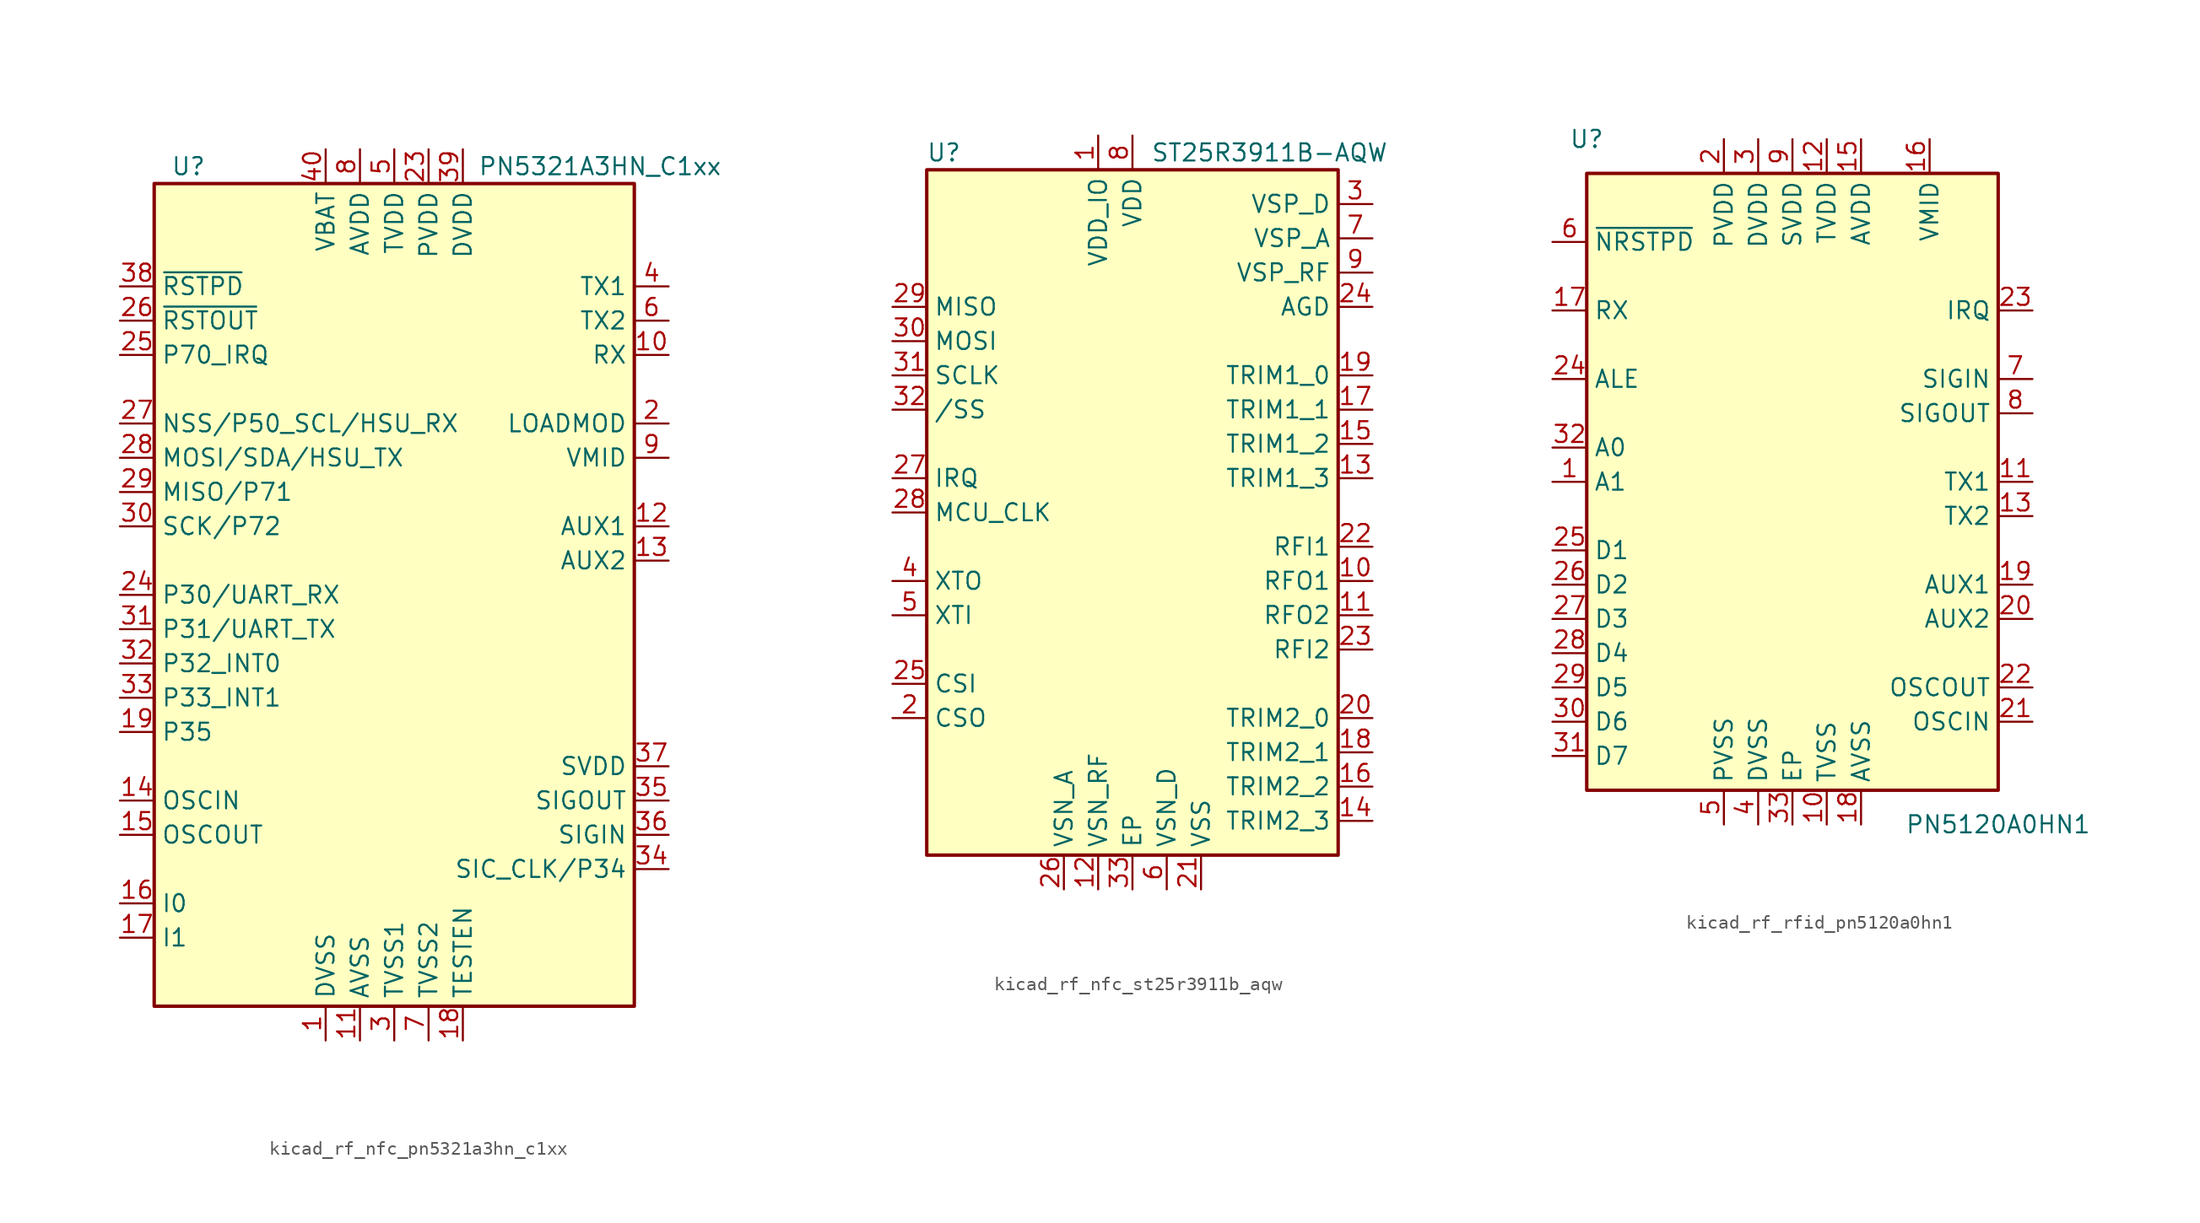
<source format=kicad_sym>
(kicad_symbol_lib
  (version 20220914)
  (generator kicad_symbol_editor)
  (symbol "kicad_rf_nfc_pn5321a3hn_c1xx"
    (property "Reference" "U"
      (at -15.24 31.75 0)
      (effects (font (size 1.27 1.27))))
    (property "Value" "PN5321A3HN_C1xx"
      (at 15.24 31.75 0)
      (effects (font (size 1.27 1.27))))
    (symbol "kicad_rf_nfc_pn5321a3hn_c1xx_0_1"
      (rectangle (start -17.78 30.48) (end 17.78 -30.48) (stroke (width 0.254) (type default)) (fill (type background))))
    (symbol "kicad_rf_nfc_pn5321a3hn_c1xx_1_1"
      (pin power_in line (at -5.08 -33.02 90) (length 2.54) (name "DVSS" (effects (font (size 1.27 1.27)))) (number "1" (effects (font (size 1.27 1.27)))))
      (pin input line (at 20.32 17.78 180) (length 2.54) (name "RX" (effects (font (size 1.27 1.27)))) (number "10" (effects (font (size 1.27 1.27)))))
      (pin power_in line (at -2.54 -33.02 90) (length 2.54) (name "AVSS" (effects (font (size 1.27 1.27)))) (number "11" (effects (font (size 1.27 1.27)))))
      (pin output line (at 20.32 5.08 180) (length 2.54) (name "AUX1" (effects (font (size 1.27 1.27)))) (number "12" (effects (font (size 1.27 1.27)))))
      (pin output line (at 20.32 2.54 180) (length 2.54) (name "AUX2" (effects (font (size 1.27 1.27)))) (number "13" (effects (font (size 1.27 1.27)))))
      (pin input line (at -20.32 -15.24 0) (length 2.54) (name "OSCIN" (effects (font (size 1.27 1.27)))) (number "14" (effects (font (size 1.27 1.27)))))
      (pin output line (at -20.32 -17.78 0) (length 2.54) (name "OSCOUT" (effects (font (size 1.27 1.27)))) (number "15" (effects (font (size 1.27 1.27)))))
      (pin passive line (at -20.32 -22.86 0) (length 2.54) (name "I0" (effects (font (size 1.27 1.27)))) (number "16" (effects (font (size 1.27 1.27)))))
      (pin passive line (at -20.32 -25.4 0) (length 2.54) (name "I1" (effects (font (size 1.27 1.27)))) (number "17" (effects (font (size 1.27 1.27)))))
      (pin passive line (at 5.08 -33.02 90) (length 2.54) (name "TESTEN" (effects (font (size 1.27 1.27)))) (number "18" (effects (font (size 1.27 1.27)))))
      (pin bidirectional line (at -20.32 -10.16 0) (length 2.54) (name "P35" (effects (font (size 1.27 1.27)))) (number "19" (effects (font (size 1.27 1.27)))))
      (pin output line (at 20.32 12.7 180) (length 2.54) (name "LOADMOD" (effects (font (size 1.27 1.27)))) (number "2" (effects (font (size 1.27 1.27)))))
      (pin no_connect line (at 17.78 -2.54 180) (length 2.54) hide (name "N.C." (effects (font (size 1.27 1.27)))) (number "20" (effects (font (size 1.27 1.27)))))
      (pin no_connect line (at 17.78 -5.08 180) (length 2.54) hide (name "N.C." (effects (font (size 1.27 1.27)))) (number "21" (effects (font (size 1.27 1.27)))))
      (pin no_connect line (at 17.78 -7.62 180) (length 2.54) hide (name "N.C." (effects (font (size 1.27 1.27)))) (number "22" (effects (font (size 1.27 1.27)))))
      (pin power_in line (at 2.54 33.02 270) (length 2.54) (name "PVDD" (effects (font (size 1.27 1.27)))) (number "23" (effects (font (size 1.27 1.27)))))
      (pin bidirectional line (at -20.32 0 0) (length 2.54) (name "P30/UART_RX" (effects (font (size 1.27 1.27)))) (number "24" (effects (font (size 1.27 1.27)))))
      (pin bidirectional line (at -20.32 17.78 0) (length 2.54) (name "P70_IRQ" (effects (font (size 1.27 1.27)))) (number "25" (effects (font (size 1.27 1.27)))))
      (pin output line (at -20.32 20.32 0) (length 2.54) (name "~{RSTOUT}" (effects (font (size 1.27 1.27)))) (number "26" (effects (font (size 1.27 1.27)))))
      (pin bidirectional line (at -20.32 12.7 0) (length 2.54) (name "NSS/P50_SCL/HSU_RX" (effects (font (size 1.27 1.27)))) (number "27" (effects (font (size 1.27 1.27)))))
      (pin bidirectional line (at -20.32 10.16 0) (length 2.54) (name "MOSI/SDA/HSU_TX" (effects (font (size 1.27 1.27)))) (number "28" (effects (font (size 1.27 1.27)))))
      (pin bidirectional line (at -20.32 7.62 0) (length 2.54) (name "MISO/P71" (effects (font (size 1.27 1.27)))) (number "29" (effects (font (size 1.27 1.27)))))
      (pin power_in line (at 0 -33.02 90) (length 2.54) (name "TVSS1" (effects (font (size 1.27 1.27)))) (number "3" (effects (font (size 1.27 1.27)))))
      (pin bidirectional line (at -20.32 5.08 0) (length 2.54) (name "SCK/P72" (effects (font (size 1.27 1.27)))) (number "30" (effects (font (size 1.27 1.27)))))
      (pin bidirectional line (at -20.32 -2.54 0) (length 2.54) (name "P31/UART_TX" (effects (font (size 1.27 1.27)))) (number "31" (effects (font (size 1.27 1.27)))))
      (pin bidirectional line (at -20.32 -5.08 0) (length 2.54) (name "P32_INT0" (effects (font (size 1.27 1.27)))) (number "32" (effects (font (size 1.27 1.27)))))
      (pin bidirectional line (at -20.32 -7.62 0) (length 2.54) (name "P33_INT1" (effects (font (size 1.27 1.27)))) (number "33" (effects (font (size 1.27 1.27)))))
      (pin bidirectional line (at 20.32 -20.32 180) (length 2.54) (name "SIC_CLK/P34" (effects (font (size 1.27 1.27)))) (number "34" (effects (font (size 1.27 1.27)))))
      (pin output line (at 20.32 -15.24 180) (length 2.54) (name "SIGOUT" (effects (font (size 1.27 1.27)))) (number "35" (effects (font (size 1.27 1.27)))))
      (pin input line (at 20.32 -17.78 180) (length 2.54) (name "SIGIN" (effects (font (size 1.27 1.27)))) (number "36" (effects (font (size 1.27 1.27)))))
      (pin output line (at 20.32 -12.7 180) (length 2.54) (name "SVDD" (effects (font (size 1.27 1.27)))) (number "37" (effects (font (size 1.27 1.27)))))
      (pin input line (at -20.32 22.86 0) (length 2.54) (name "~{RSTPD}" (effects (font (size 1.27 1.27)))) (number "38" (effects (font (size 1.27 1.27)))))
      (pin power_out line (at 5.08 33.02 270) (length 2.54) (name "DVDD" (effects (font (size 1.27 1.27)))) (number "39" (effects (font (size 1.27 1.27)))))
      (pin output line (at 20.32 22.86 180) (length 2.54) (name "TX1" (effects (font (size 1.27 1.27)))) (number "4" (effects (font (size 1.27 1.27)))))
      (pin power_in line (at -5.08 33.02 270) (length 2.54) (name "VBAT" (effects (font (size 1.27 1.27)))) (number "40" (effects (font (size 1.27 1.27)))))
      (pin passive line (at -2.54 -33.02 90) (length 2.54) hide (name "AVSS" (effects (font (size 1.27 1.27)))) (number "41" (effects (font (size 1.27 1.27)))))
      (pin power_in line (at 0 33.02 270) (length 2.54) (name "TVDD" (effects (font (size 1.27 1.27)))) (number "5" (effects (font (size 1.27 1.27)))))
      (pin output line (at 20.32 20.32 180) (length 2.54) (name "TX2" (effects (font (size 1.27 1.27)))) (number "6" (effects (font (size 1.27 1.27)))))
      (pin power_in line (at 2.54 -33.02 90) (length 2.54) (name "TVSS2" (effects (font (size 1.27 1.27)))) (number "7" (effects (font (size 1.27 1.27)))))
      (pin power_in line (at -2.54 33.02 270) (length 2.54) (name "AVDD" (effects (font (size 1.27 1.27)))) (number "8" (effects (font (size 1.27 1.27)))))
      (pin output line (at 20.32 10.16 180) (length 2.54) (name "VMID" (effects (font (size 1.27 1.27)))) (number "9" (effects (font (size 1.27 1.27)))))))
  (symbol "kicad_rf_nfc_st25r3911b_aqw"
    (property "Reference" "U"
      (at -13.97 26.67 0)
      (effects (font (size 1.27 1.27))))
    (property "Value" "ST25R3911B-AQW"
      (at 10.16 26.67 0)
      (effects (font (size 1.27 1.27))))
    (symbol "kicad_rf_nfc_st25r3911b_aqw_0_1"
      (rectangle (start -15.24 25.4) (end 15.24 -25.4) (stroke (width 0.254) (type default)) (fill (type background))))
    (symbol "kicad_rf_nfc_st25r3911b_aqw_1_1"
      (pin power_in line (at -2.54 27.94 270) (length 2.54) (name "VDD_IO" (effects (font (size 1.27 1.27)))) (number "1" (effects (font (size 1.27 1.27)))))
      (pin output line (at 17.78 -5.08 180) (length 2.54) (name "RFO1" (effects (font (size 1.27 1.27)))) (number "10" (effects (font (size 1.27 1.27)))))
      (pin output line (at 17.78 -7.62 180) (length 2.54) (name "RFO2" (effects (font (size 1.27 1.27)))) (number "11" (effects (font (size 1.27 1.27)))))
      (pin power_in line (at -2.54 -27.94 90) (length 2.54) (name "VSN_RF" (effects (font (size 1.27 1.27)))) (number "12" (effects (font (size 1.27 1.27)))))
      (pin passive line (at 17.78 2.54 180) (length 2.54) (name "TRIM1_3" (effects (font (size 1.27 1.27)))) (number "13" (effects (font (size 1.27 1.27)))))
      (pin passive line (at 17.78 -22.86 180) (length 2.54) (name "TRIM2_3" (effects (font (size 1.27 1.27)))) (number "14" (effects (font (size 1.27 1.27)))))
      (pin passive line (at 17.78 5.08 180) (length 2.54) (name "TRIM1_2" (effects (font (size 1.27 1.27)))) (number "15" (effects (font (size 1.27 1.27)))))
      (pin passive line (at 17.78 -20.32 180) (length 2.54) (name "TRIM2_2" (effects (font (size 1.27 1.27)))) (number "16" (effects (font (size 1.27 1.27)))))
      (pin passive line (at 17.78 7.62 180) (length 2.54) (name "TRIM1_1" (effects (font (size 1.27 1.27)))) (number "17" (effects (font (size 1.27 1.27)))))
      (pin passive line (at 17.78 -17.78 180) (length 2.54) (name "TRIM2_1" (effects (font (size 1.27 1.27)))) (number "18" (effects (font (size 1.27 1.27)))))
      (pin passive line (at 17.78 10.16 180) (length 2.54) (name "TRIM1_0" (effects (font (size 1.27 1.27)))) (number "19" (effects (font (size 1.27 1.27)))))
      (pin output line (at -17.78 -15.24 0) (length 2.54) (name "CSO" (effects (font (size 1.27 1.27)))) (number "2" (effects (font (size 1.27 1.27)))))
      (pin passive line (at 17.78 -15.24 180) (length 2.54) (name "TRIM2_0" (effects (font (size 1.27 1.27)))) (number "20" (effects (font (size 1.27 1.27)))))
      (pin power_in line (at 5.08 -27.94 90) (length 2.54) (name "VSS" (effects (font (size 1.27 1.27)))) (number "21" (effects (font (size 1.27 1.27)))))
      (pin passive line (at 17.78 -2.54 180) (length 2.54) (name "RFI1" (effects (font (size 1.27 1.27)))) (number "22" (effects (font (size 1.27 1.27)))))
      (pin passive line (at 17.78 -10.16 180) (length 2.54) (name "RFI2" (effects (font (size 1.27 1.27)))) (number "23" (effects (font (size 1.27 1.27)))))
      (pin passive line (at 17.78 15.24 180) (length 2.54) (name "AGD" (effects (font (size 1.27 1.27)))) (number "24" (effects (font (size 1.27 1.27)))))
      (pin passive line (at -17.78 -12.7 0) (length 2.54) (name "CSI" (effects (font (size 1.27 1.27)))) (number "25" (effects (font (size 1.27 1.27)))))
      (pin power_in line (at -5.08 -27.94 90) (length 2.54) (name "VSN_A" (effects (font (size 1.27 1.27)))) (number "26" (effects (font (size 1.27 1.27)))))
      (pin output line (at -17.78 2.54 0) (length 2.54) (name "IRQ" (effects (font (size 1.27 1.27)))) (number "27" (effects (font (size 1.27 1.27)))))
      (pin output line (at -17.78 0 0) (length 2.54) (name "MCU_CLK" (effects (font (size 1.27 1.27)))) (number "28" (effects (font (size 1.27 1.27)))))
      (pin output line (at -17.78 15.24 0) (length 2.54) (name "MISO" (effects (font (size 1.27 1.27)))) (number "29" (effects (font (size 1.27 1.27)))))
      (pin power_out line (at 17.78 22.86 180) (length 2.54) (name "VSP_D" (effects (font (size 1.27 1.27)))) (number "3" (effects (font (size 1.27 1.27)))))
      (pin input line (at -17.78 12.7 0) (length 2.54) (name "MOSI" (effects (font (size 1.27 1.27)))) (number "30" (effects (font (size 1.27 1.27)))))
      (pin input line (at -17.78 10.16 0) (length 2.54) (name "SCLK" (effects (font (size 1.27 1.27)))) (number "31" (effects (font (size 1.27 1.27)))))
      (pin input line (at -17.78 7.62 0) (length 2.54) (name "/SS" (effects (font (size 1.27 1.27)))) (number "32" (effects (font (size 1.27 1.27)))))
      (pin power_in line (at 0 -27.94 90) (length 2.54) (name "EP" (effects (font (size 1.27 1.27)))) (number "33" (effects (font (size 1.27 1.27)))))
      (pin output line (at -17.78 -5.08 0) (length 2.54) (name "XTO" (effects (font (size 1.27 1.27)))) (number "4" (effects (font (size 1.27 1.27)))))
      (pin passive line (at -17.78 -7.62 0) (length 2.54) (name "XTI" (effects (font (size 1.27 1.27)))) (number "5" (effects (font (size 1.27 1.27)))))
      (pin power_in line (at 2.54 -27.94 90) (length 2.54) (name "VSN_D" (effects (font (size 1.27 1.27)))) (number "6" (effects (font (size 1.27 1.27)))))
      (pin power_out line (at 17.78 20.32 180) (length 2.54) (name "VSP_A" (effects (font (size 1.27 1.27)))) (number "7" (effects (font (size 1.27 1.27)))))
      (pin power_in line (at 0 27.94 270) (length 2.54) (name "VDD" (effects (font (size 1.27 1.27)))) (number "8" (effects (font (size 1.27 1.27)))))
      (pin power_out line (at 17.78 17.78 180) (length 2.54) (name "VSP_RF" (effects (font (size 1.27 1.27)))) (number "9" (effects (font (size 1.27 1.27)))))))
  (symbol "kicad_rf_rfid_pn5120a0hn1"
    (property "Reference" "U"
      (at -15.24 25.4 0)
      (effects (font (size 1.27 1.27))))
    (property "Value" "PN5120A0HN1"
      (at 15.24 -25.4 0)
      (effects (font (size 1.27 1.27))))
    (symbol "kicad_rf_rfid_pn5120a0hn1_0_1"
      (rectangle (start -15.24 22.86) (end 15.24 -22.86) (stroke (width 0.254) (type default)) (fill (type background))))
    (symbol "kicad_rf_rfid_pn5120a0hn1_1_1"
      (pin input line (at -17.78 0 0) (length 2.54) (name "A1" (effects (font (size 1.27 1.27)))) (number "1" (effects (font (size 1.27 1.27)))))
      (pin power_in line (at 2.54 -25.4 90) (length 2.54) (name "TVSS" (effects (font (size 1.27 1.27)))) (number "10" (effects (font (size 1.27 1.27)))))
      (pin output line (at 17.78 0 180) (length 2.54) (name "TX1" (effects (font (size 1.27 1.27)))) (number "11" (effects (font (size 1.27 1.27)))))
      (pin power_in line (at 2.54 25.4 270) (length 2.54) (name "TVDD" (effects (font (size 1.27 1.27)))) (number "12" (effects (font (size 1.27 1.27)))))
      (pin output line (at 17.78 -2.54 180) (length 2.54) (name "TX2" (effects (font (size 1.27 1.27)))) (number "13" (effects (font (size 1.27 1.27)))))
      (pin passive line (at 2.54 -25.4 90) (length 2.54) hide (name "TVSS" (effects (font (size 1.27 1.27)))) (number "14" (effects (font (size 1.27 1.27)))))
      (pin power_in line (at 5.08 25.4 270) (length 2.54) (name "AVDD" (effects (font (size 1.27 1.27)))) (number "15" (effects (font (size 1.27 1.27)))))
      (pin power_out line (at 10.16 25.4 270) (length 2.54) (name "VMID" (effects (font (size 1.27 1.27)))) (number "16" (effects (font (size 1.27 1.27)))))
      (pin input line (at -17.78 12.7 0) (length 2.54) (name "RX" (effects (font (size 1.27 1.27)))) (number "17" (effects (font (size 1.27 1.27)))))
      (pin power_in line (at 5.08 -25.4 90) (length 2.54) (name "AVSS" (effects (font (size 1.27 1.27)))) (number "18" (effects (font (size 1.27 1.27)))))
      (pin output line (at 17.78 -7.62 180) (length 2.54) (name "AUX1" (effects (font (size 1.27 1.27)))) (number "19" (effects (font (size 1.27 1.27)))))
      (pin power_in line (at -5.08 25.4 270) (length 2.54) (name "PVDD" (effects (font (size 1.27 1.27)))) (number "2" (effects (font (size 1.27 1.27)))))
      (pin output line (at 17.78 -10.16 180) (length 2.54) (name "AUX2" (effects (font (size 1.27 1.27)))) (number "20" (effects (font (size 1.27 1.27)))))
      (pin input line (at 17.78 -17.78 180) (length 2.54) (name "OSCIN" (effects (font (size 1.27 1.27)))) (number "21" (effects (font (size 1.27 1.27)))))
      (pin output line (at 17.78 -15.24 180) (length 2.54) (name "OSCOUT" (effects (font (size 1.27 1.27)))) (number "22" (effects (font (size 1.27 1.27)))))
      (pin output line (at 17.78 12.7 180) (length 2.54) (name "IRQ" (effects (font (size 1.27 1.27)))) (number "23" (effects (font (size 1.27 1.27)))))
      (pin input line (at -17.78 7.62 0) (length 2.54) (name "ALE" (effects (font (size 1.27 1.27)))) (number "24" (effects (font (size 1.27 1.27)))))
      (pin bidirectional line (at -17.78 -5.08 0) (length 2.54) (name "D1" (effects (font (size 1.27 1.27)))) (number "25" (effects (font (size 1.27 1.27)))))
      (pin bidirectional line (at -17.78 -7.62 0) (length 2.54) (name "D2" (effects (font (size 1.27 1.27)))) (number "26" (effects (font (size 1.27 1.27)))))
      (pin bidirectional line (at -17.78 -10.16 0) (length 2.54) (name "D3" (effects (font (size 1.27 1.27)))) (number "27" (effects (font (size 1.27 1.27)))))
      (pin bidirectional line (at -17.78 -12.7 0) (length 2.54) (name "D4" (effects (font (size 1.27 1.27)))) (number "28" (effects (font (size 1.27 1.27)))))
      (pin bidirectional line (at -17.78 -15.24 0) (length 2.54) (name "D5" (effects (font (size 1.27 1.27)))) (number "29" (effects (font (size 1.27 1.27)))))
      (pin power_in line (at -2.54 25.4 270) (length 2.54) (name "DVDD" (effects (font (size 1.27 1.27)))) (number "3" (effects (font (size 1.27 1.27)))))
      (pin bidirectional line (at -17.78 -17.78 0) (length 2.54) (name "D6" (effects (font (size 1.27 1.27)))) (number "30" (effects (font (size 1.27 1.27)))))
      (pin bidirectional line (at -17.78 -20.32 0) (length 2.54) (name "D7" (effects (font (size 1.27 1.27)))) (number "31" (effects (font (size 1.27 1.27)))))
      (pin input line (at -17.78 2.54 0) (length 2.54) (name "A0" (effects (font (size 1.27 1.27)))) (number "32" (effects (font (size 1.27 1.27)))))
      (pin passive line (at 0 -25.4 90) (length 2.54) (name "EP" (effects (font (size 1.27 1.27)))) (number "33" (effects (font (size 1.27 1.27)))))
      (pin power_in line (at -2.54 -25.4 90) (length 2.54) (name "DVSS" (effects (font (size 1.27 1.27)))) (number "4" (effects (font (size 1.27 1.27)))))
      (pin power_in line (at -5.08 -25.4 90) (length 2.54) (name "PVSS" (effects (font (size 1.27 1.27)))) (number "5" (effects (font (size 1.27 1.27)))))
      (pin input line (at -17.78 17.78 0) (length 2.54) (name "~{NRSTPD}" (effects (font (size 1.27 1.27)))) (number "6" (effects (font (size 1.27 1.27)))))
      (pin input line (at 17.78 7.62 180) (length 2.54) (name "SIGIN" (effects (font (size 1.27 1.27)))) (number "7" (effects (font (size 1.27 1.27)))))
      (pin output line (at 17.78 5.08 180) (length 2.54) (name "SIGOUT" (effects (font (size 1.27 1.27)))) (number "8" (effects (font (size 1.27 1.27)))))
      (pin power_in line (at 0 25.4 270) (length 2.54) (name "SVDD" (effects (font (size 1.27 1.27)))) (number "9" (effects (font (size 1.27 1.27))))))))
</source>
